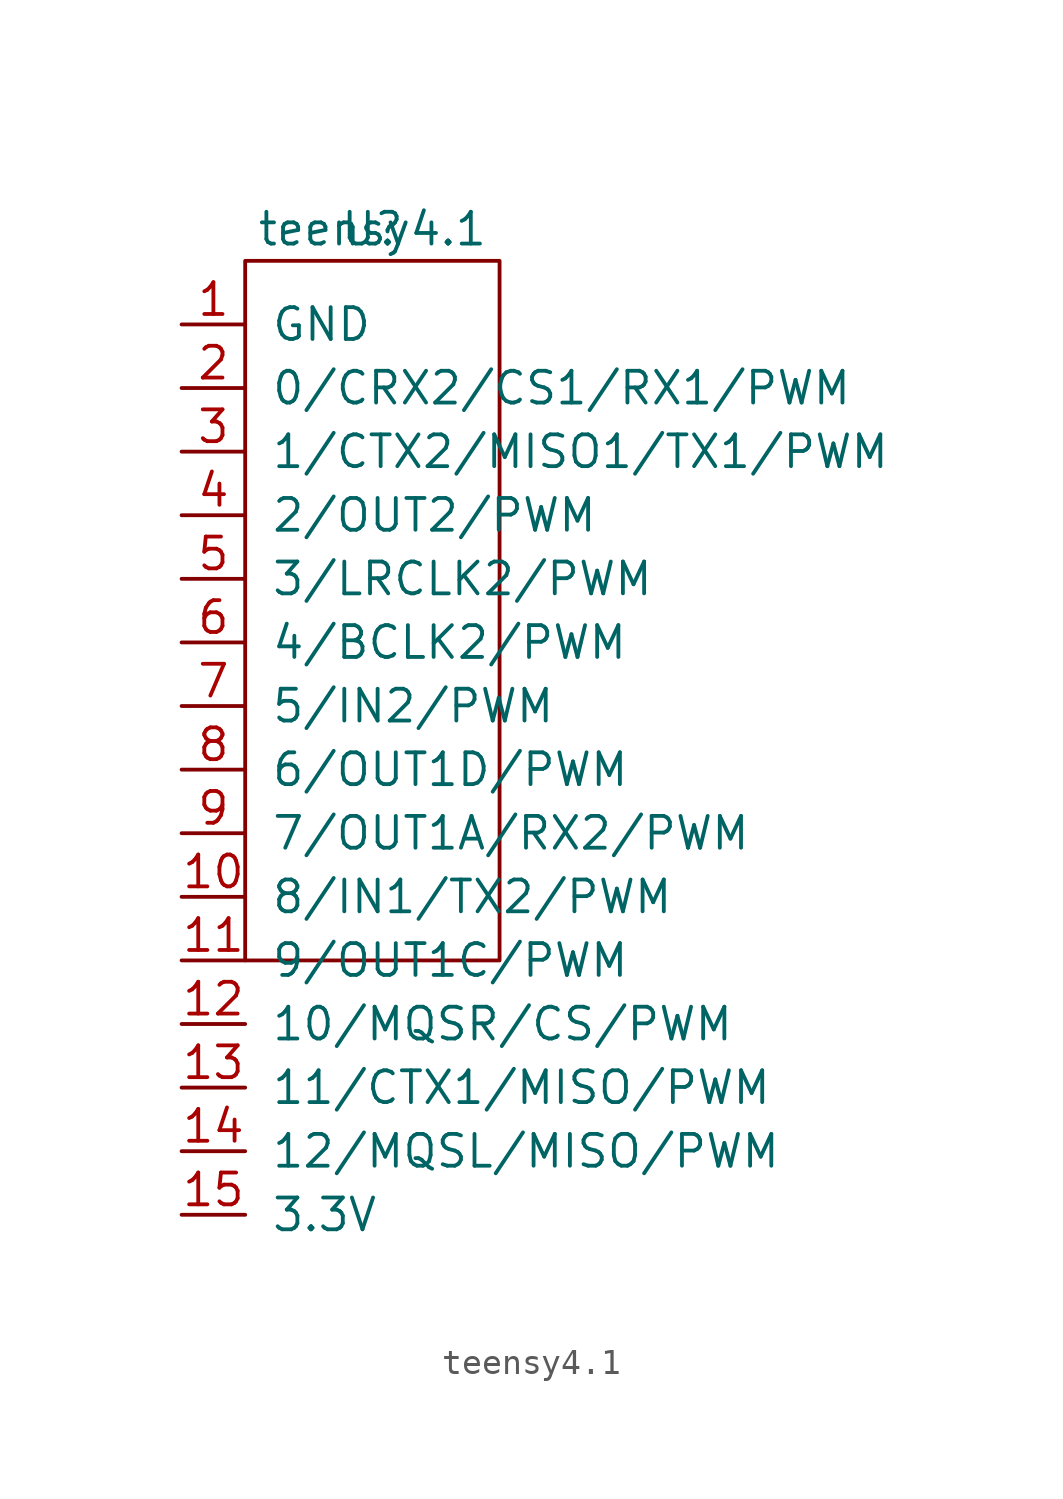
<source format=kicad_sym>
(kicad_symbol_lib
  (version 20211014)
  (generator kicad_symbol_editor)
  (symbol "teensy4.1"
    (pin_names
      (offset 1.016))
    (property "Reference" "U"
      (at 0 0 0)
      (effects (font (size 1.27 1.27))))
    (property "Value" "teensy4.1"
      (at 0 0 0)
      (effects (font (size 1.27 1.27))))
    (symbol "teensy4.1_0_1"
      (rectangle (start -5.08 -1.27) (end 5.08 -29.21) (stroke (width 0) (type default) (color 0 0 0 0)) (fill (type none))))
    (symbol "teensy4.1_1_1"
      (pin power_in line (at -7.62 -3.81 0) (length 2.54) (name "GND" (effects (font (size 1.27 1.27)))) (number "1" (effects (font (size 1.27 1.27)))))
      (pin bidirectional line (at -7.62 -26.67 0) (length 2.54) (name "8/IN1/TX2/PWM" (effects (font (size 1.27 1.27)))) (number "10" (effects (font (size 1.27 1.27)))))
      (pin bidirectional line (at -7.62 -29.21 0) (length 2.54) (name "9/OUT1C/PWM" (effects (font (size 1.27 1.27)))) (number "11" (effects (font (size 1.27 1.27)))))
      (pin bidirectional line (at -7.62 -31.75 0) (length 2.54) (name "10/MQSR/CS/PWM" (effects (font (size 1.27 1.27)))) (number "12" (effects (font (size 1.27 1.27)))))
      (pin bidirectional line (at -7.62 -34.29 0) (length 2.54) (name "11/CTX1/MISO/PWM" (effects (font (size 1.27 1.27)))) (number "13" (effects (font (size 1.27 1.27)))))
      (pin bidirectional line (at -7.62 -36.83 0) (length 2.54) (name "12/MQSL/MISO/PWM" (effects (font (size 1.27 1.27)))) (number "14" (effects (font (size 1.27 1.27)))))
      (pin power_in line (at -7.62 -39.37 0) (length 2.54) (name "3.3V" (effects (font (size 1.27 1.27)))) (number "15" (effects (font (size 1.27 1.27)))))
      (pin bidirectional line (at -7.62 -6.35 0) (length 2.54) (name "0/CRX2/CS1/RX1/PWM" (effects (font (size 1.27 1.27)))) (number "2" (effects (font (size 1.27 1.27)))))
      (pin bidirectional line (at -7.62 -8.89 0) (length 2.54) (name "1/CTX2/MISO1/TX1/PWM" (effects (font (size 1.27 1.27)))) (number "3" (effects (font (size 1.27 1.27)))))
      (pin bidirectional line (at -7.62 -11.43 0) (length 2.54) (name "2/OUT2/PWM" (effects (font (size 1.27 1.27)))) (number "4" (effects (font (size 1.27 1.27)))))
      (pin bidirectional line (at -7.62 -13.97 0) (length 2.54) (name "3/LRCLK2/PWM" (effects (font (size 1.27 1.27)))) (number "5" (effects (font (size 1.27 1.27)))))
      (pin bidirectional line (at -7.62 -16.51 0) (length 2.54) (name "4/BCLK2/PWM" (effects (font (size 1.27 1.27)))) (number "6" (effects (font (size 1.27 1.27)))))
      (pin bidirectional line (at -7.62 -19.05 0) (length 2.54) (name "5/IN2/PWM" (effects (font (size 1.27 1.27)))) (number "7" (effects (font (size 1.27 1.27)))))
      (pin bidirectional line (at -7.62 -21.59 0) (length 2.54) (name "6/OUT1D/PWM" (effects (font (size 1.27 1.27)))) (number "8" (effects (font (size 1.27 1.27)))))
      (pin bidirectional line (at -7.62 -24.13 0) (length 2.54) (name "7/OUT1A/RX2/PWM" (effects (font (size 1.27 1.27)))) (number "9" (effects (font (size 1.27 1.27))))))))
</source>
